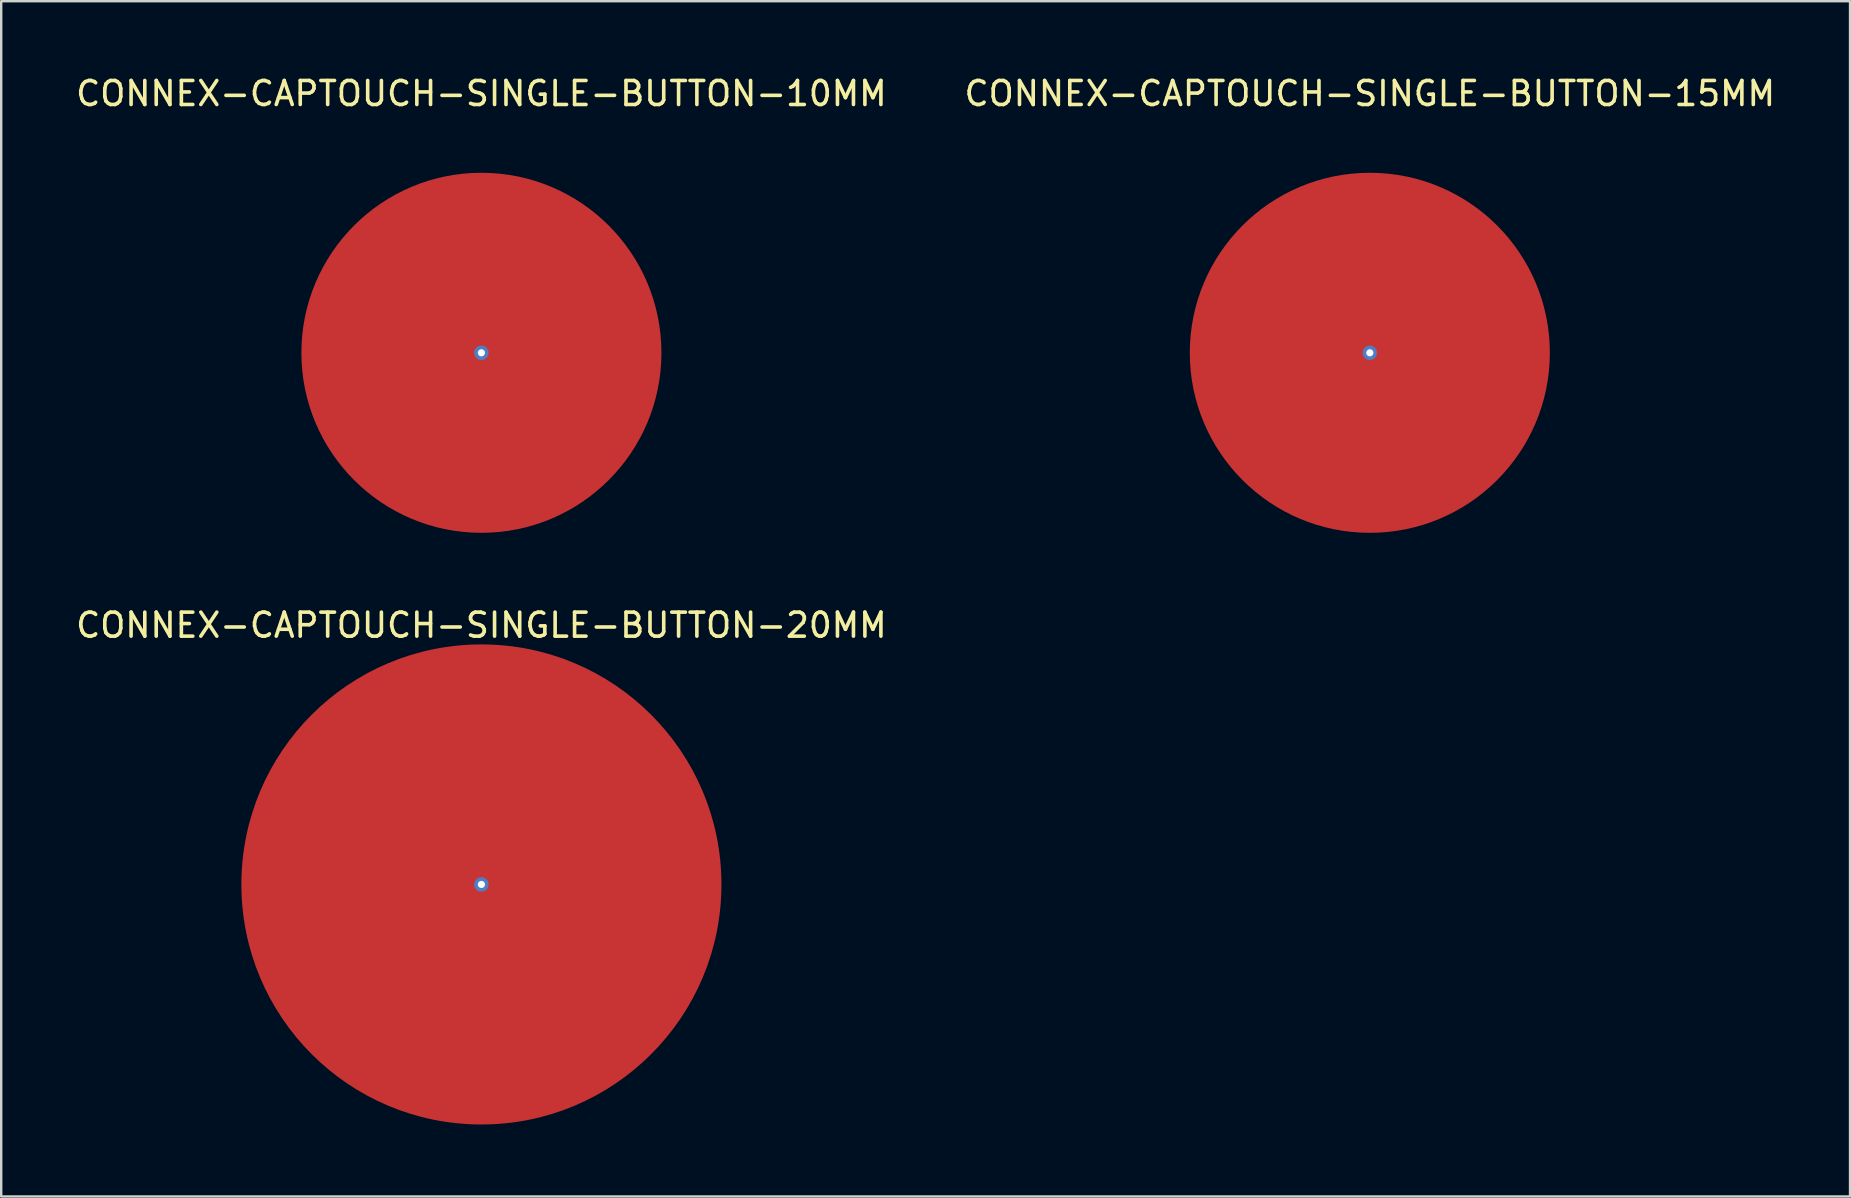
<source format=kicad_pcb>
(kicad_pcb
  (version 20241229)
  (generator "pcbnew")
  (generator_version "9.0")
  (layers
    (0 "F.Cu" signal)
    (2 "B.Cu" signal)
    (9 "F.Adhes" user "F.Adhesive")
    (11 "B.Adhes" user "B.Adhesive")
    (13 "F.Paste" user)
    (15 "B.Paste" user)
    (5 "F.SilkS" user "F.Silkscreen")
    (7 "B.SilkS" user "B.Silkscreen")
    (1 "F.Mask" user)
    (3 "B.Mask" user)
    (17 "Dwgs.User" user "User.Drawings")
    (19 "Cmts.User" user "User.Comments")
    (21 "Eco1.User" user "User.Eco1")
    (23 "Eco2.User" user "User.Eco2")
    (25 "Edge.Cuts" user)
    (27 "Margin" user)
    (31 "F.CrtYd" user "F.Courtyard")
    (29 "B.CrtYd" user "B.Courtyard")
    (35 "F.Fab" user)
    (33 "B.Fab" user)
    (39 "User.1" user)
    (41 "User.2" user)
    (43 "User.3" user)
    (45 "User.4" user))
  (footprint "CONNEX-CAPTOUCH-SINGLE-BUTTON-15MM"
    (layer "F.Cu")
    (at 54.018 11.648)
    (property "Reference" "CONNEX-CAPTOUCH-SINGLE-BUTTON-15MM" (at 0 -10.8 0) (layer "F.SilkS") (effects (font (size 1 1) (thickness 0.15))))
    (attr through_hole)
    (pad "1" thru_hole circle (at 0 0) (size 0.6 0.6) (drill 0.3) (layers "*.Cu" "B.Mask"))
    (pad "1" smd circle (at 0 0) (size 15 15) (layers "F.Cu")))
  (footprint "CONNEX-CAPTOUCH-SINGLE-BUTTON-10MM"
    (layer "F.Cu")
    (at 17.006 11.648)
    (property "Reference" "CONNEX-CAPTOUCH-SINGLE-BUTTON-10MM" (at 0 -10.8 0) (layer "F.SilkS") (effects (font (size 1 1) (thickness 0.15))))
    (attr through_hole)
    (pad "1" thru_hole circle (at 0 0) (size 0.6 0.6) (drill 0.3) (layers "*.Cu" "B.Mask"))
    (pad "1" smd circle (at 0 0) (size 15 15) (layers "F.Cu")))
  (footprint "CONNEX-CAPTOUCH-SINGLE-BUTTON-20MM"
    (layer "F.Cu")
    (at 17.006 33.797)
    (property "Reference" "CONNEX-CAPTOUCH-SINGLE-BUTTON-20MM" (at 0 -10.8 0) (layer "F.SilkS") (effects (font (size 1 1) (thickness 0.15))))
    (attr through_hole)
    (pad "1" thru_hole circle (at 0 0) (size 0.6 0.6) (drill 0.3) (layers "*.Cu" "B.Mask"))
    (pad "1" smd circle (at 0 0) (size 20 20) (layers "F.Cu")))
  (gr_rect
    (start -3 -3)
    (end 74.024 46.797)
    (stroke (width 0.1) (type default))
    (fill no)
    (layer "Edge.Cuts")))
</source>
